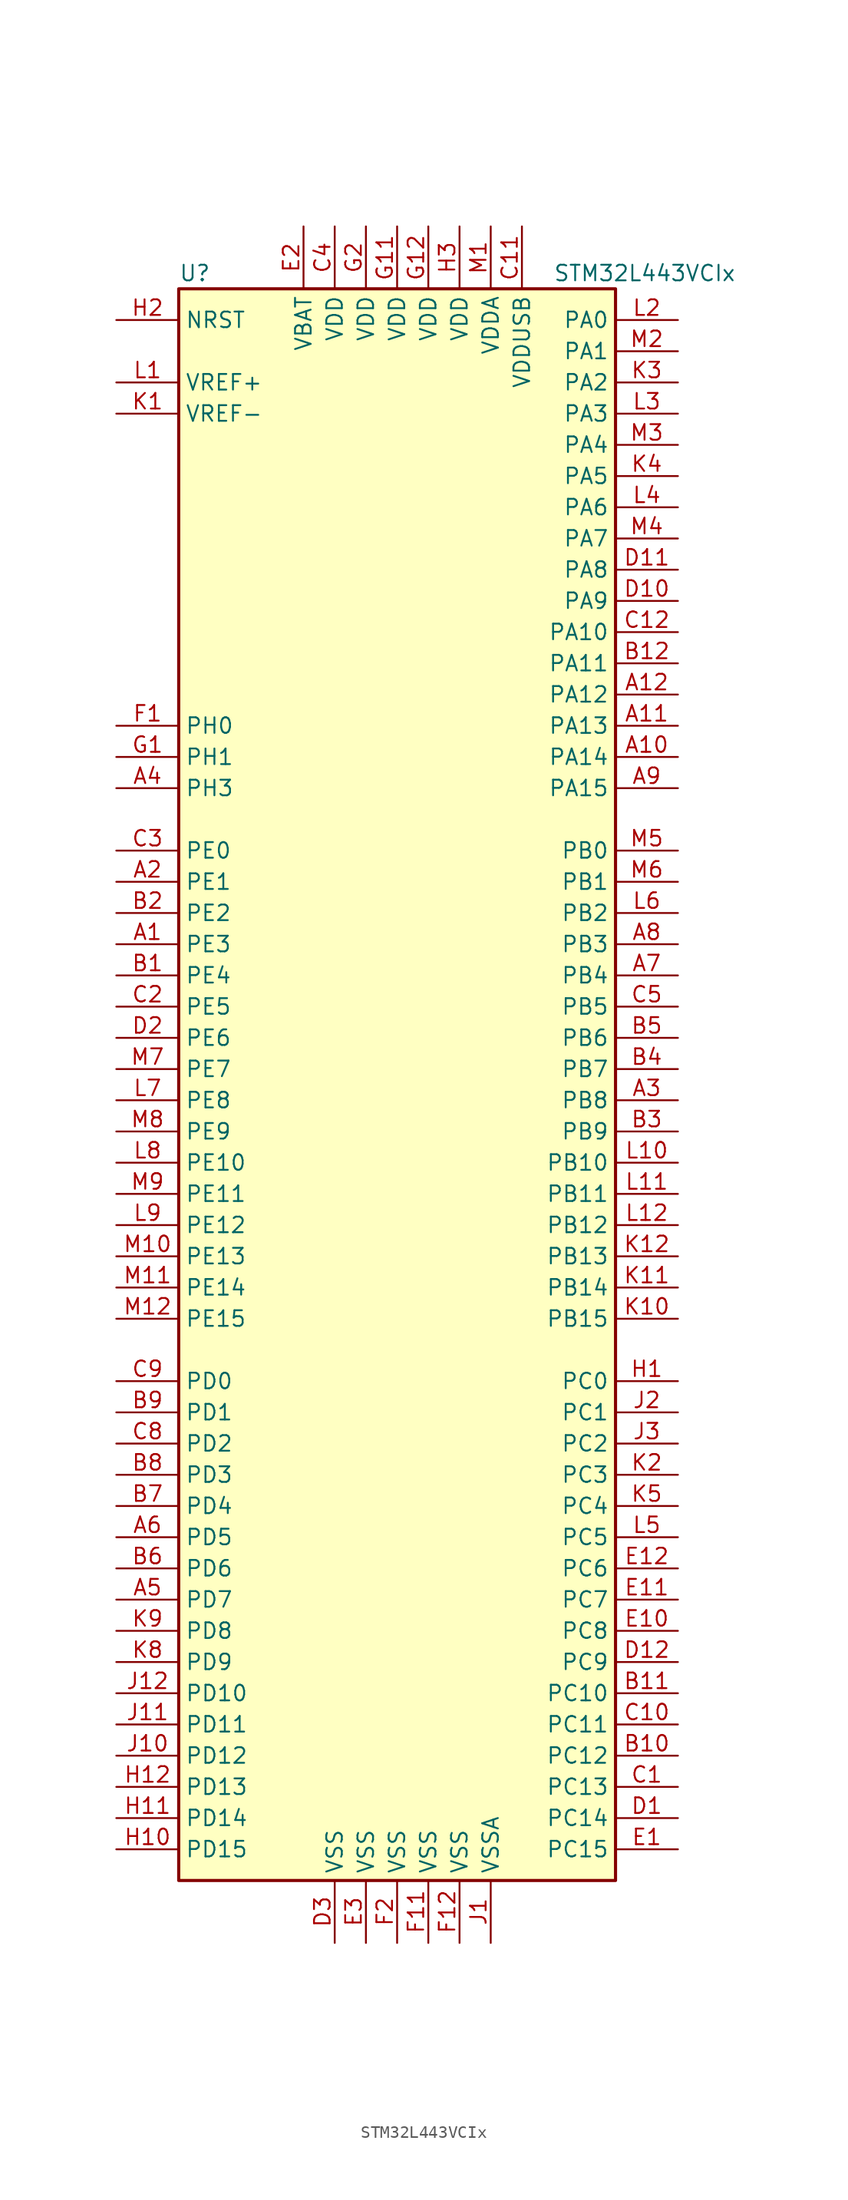
<source format=kicad_sym>
(kicad_symbol_lib
  (version 20211014)
  (generator kicad_symbol_editor)
  (symbol "STM32L443VCIx"
    (property "Reference" "U"
      (at -17.78 64.77 0)
      (effects (font (size 1.27 1.27)) (justify left)))
    (property "Value" "STM32L443VCIx"
      (at 12.7 64.77 0)
      (effects (font (size 1.27 1.27)) (justify left)))
    (symbol "STM32L443VCIx_0_1"
      (rectangle (start -17.78 -66.04) (end 17.78 63.5) (stroke (width 0.254) (type default) (color 0 0 0 0)) (fill (type background))))
    (symbol "STM32L443VCIx_1_1"
      (pin bidirectional line (at -22.86 10.16 0) (length 5.08) (name "PE3" (effects (font (size 1.27 1.27)))) (number "A1" (effects (font (size 1.27 1.27)))))
      (pin bidirectional line (at 22.86 25.4 180) (length 5.08) (name "PA14" (effects (font (size 1.27 1.27)))) (number "A10" (effects (font (size 1.27 1.27)))))
      (pin bidirectional line (at 22.86 27.94 180) (length 5.08) (name "PA13" (effects (font (size 1.27 1.27)))) (number "A11" (effects (font (size 1.27 1.27)))))
      (pin bidirectional line (at 22.86 30.48 180) (length 5.08) (name "PA12" (effects (font (size 1.27 1.27)))) (number "A12" (effects (font (size 1.27 1.27)))))
      (pin bidirectional line (at -22.86 15.24 0) (length 5.08) (name "PE1" (effects (font (size 1.27 1.27)))) (number "A2" (effects (font (size 1.27 1.27)))))
      (pin bidirectional line (at 22.86 -2.54 180) (length 5.08) (name "PB8" (effects (font (size 1.27 1.27)))) (number "A3" (effects (font (size 1.27 1.27)))))
      (pin bidirectional line (at -22.86 22.86 0) (length 5.08) (name "PH3" (effects (font (size 1.27 1.27)))) (number "A4" (effects (font (size 1.27 1.27)))))
      (pin bidirectional line (at -22.86 -43.18 0) (length 5.08) (name "PD7" (effects (font (size 1.27 1.27)))) (number "A5" (effects (font (size 1.27 1.27)))))
      (pin bidirectional line (at -22.86 -38.1 0) (length 5.08) (name "PD5" (effects (font (size 1.27 1.27)))) (number "A6" (effects (font (size 1.27 1.27)))))
      (pin bidirectional line (at 22.86 7.62 180) (length 5.08) (name "PB4" (effects (font (size 1.27 1.27)))) (number "A7" (effects (font (size 1.27 1.27)))))
      (pin bidirectional line (at 22.86 10.16 180) (length 5.08) (name "PB3" (effects (font (size 1.27 1.27)))) (number "A8" (effects (font (size 1.27 1.27)))))
      (pin bidirectional line (at 22.86 22.86 180) (length 5.08) (name "PA15" (effects (font (size 1.27 1.27)))) (number "A9" (effects (font (size 1.27 1.27)))))
      (pin bidirectional line (at -22.86 7.62 0) (length 5.08) (name "PE4" (effects (font (size 1.27 1.27)))) (number "B1" (effects (font (size 1.27 1.27)))))
      (pin bidirectional line (at 22.86 -55.88 180) (length 5.08) (name "PC12" (effects (font (size 1.27 1.27)))) (number "B10" (effects (font (size 1.27 1.27)))))
      (pin bidirectional line (at 22.86 -50.8 180) (length 5.08) (name "PC10" (effects (font (size 1.27 1.27)))) (number "B11" (effects (font (size 1.27 1.27)))))
      (pin bidirectional line (at 22.86 33.02 180) (length 5.08) (name "PA11" (effects (font (size 1.27 1.27)))) (number "B12" (effects (font (size 1.27 1.27)))))
      (pin bidirectional line (at -22.86 12.7 0) (length 5.08) (name "PE2" (effects (font (size 1.27 1.27)))) (number "B2" (effects (font (size 1.27 1.27)))))
      (pin bidirectional line (at 22.86 -5.08 180) (length 5.08) (name "PB9" (effects (font (size 1.27 1.27)))) (number "B3" (effects (font (size 1.27 1.27)))))
      (pin bidirectional line (at 22.86 0 180) (length 5.08) (name "PB7" (effects (font (size 1.27 1.27)))) (number "B4" (effects (font (size 1.27 1.27)))))
      (pin bidirectional line (at 22.86 2.54 180) (length 5.08) (name "PB6" (effects (font (size 1.27 1.27)))) (number "B5" (effects (font (size 1.27 1.27)))))
      (pin bidirectional line (at -22.86 -40.64 0) (length 5.08) (name "PD6" (effects (font (size 1.27 1.27)))) (number "B6" (effects (font (size 1.27 1.27)))))
      (pin bidirectional line (at -22.86 -35.56 0) (length 5.08) (name "PD4" (effects (font (size 1.27 1.27)))) (number "B7" (effects (font (size 1.27 1.27)))))
      (pin bidirectional line (at -22.86 -33.02 0) (length 5.08) (name "PD3" (effects (font (size 1.27 1.27)))) (number "B8" (effects (font (size 1.27 1.27)))))
      (pin bidirectional line (at -22.86 -27.94 0) (length 5.08) (name "PD1" (effects (font (size 1.27 1.27)))) (number "B9" (effects (font (size 1.27 1.27)))))
      (pin bidirectional line (at 22.86 -58.42 180) (length 5.08) (name "PC13" (effects (font (size 1.27 1.27)))) (number "C1" (effects (font (size 1.27 1.27)))))
      (pin bidirectional line (at 22.86 -53.34 180) (length 5.08) (name "PC11" (effects (font (size 1.27 1.27)))) (number "C10" (effects (font (size 1.27 1.27)))))
      (pin power_in line (at 10.16 68.58 270) (length 5.08) (name "VDDUSB" (effects (font (size 1.27 1.27)))) (number "C11" (effects (font (size 1.27 1.27)))))
      (pin bidirectional line (at 22.86 35.56 180) (length 5.08) (name "PA10" (effects (font (size 1.27 1.27)))) (number "C12" (effects (font (size 1.27 1.27)))))
      (pin bidirectional line (at -22.86 5.08 0) (length 5.08) (name "PE5" (effects (font (size 1.27 1.27)))) (number "C2" (effects (font (size 1.27 1.27)))))
      (pin bidirectional line (at -22.86 17.78 0) (length 5.08) (name "PE0" (effects (font (size 1.27 1.27)))) (number "C3" (effects (font (size 1.27 1.27)))))
      (pin power_in line (at -5.08 68.58 270) (length 5.08) (name "VDD" (effects (font (size 1.27 1.27)))) (number "C4" (effects (font (size 1.27 1.27)))))
      (pin bidirectional line (at 22.86 5.08 180) (length 5.08) (name "PB5" (effects (font (size 1.27 1.27)))) (number "C5" (effects (font (size 1.27 1.27)))))
      (pin bidirectional line (at -22.86 -30.48 0) (length 5.08) (name "PD2" (effects (font (size 1.27 1.27)))) (number "C8" (effects (font (size 1.27 1.27)))))
      (pin bidirectional line (at -22.86 -25.4 0) (length 5.08) (name "PD0" (effects (font (size 1.27 1.27)))) (number "C9" (effects (font (size 1.27 1.27)))))
      (pin bidirectional line (at 22.86 -60.96 180) (length 5.08) (name "PC14" (effects (font (size 1.27 1.27)))) (number "D1" (effects (font (size 1.27 1.27)))))
      (pin bidirectional line (at 22.86 38.1 180) (length 5.08) (name "PA9" (effects (font (size 1.27 1.27)))) (number "D10" (effects (font (size 1.27 1.27)))))
      (pin bidirectional line (at 22.86 40.64 180) (length 5.08) (name "PA8" (effects (font (size 1.27 1.27)))) (number "D11" (effects (font (size 1.27 1.27)))))
      (pin bidirectional line (at 22.86 -48.26 180) (length 5.08) (name "PC9" (effects (font (size 1.27 1.27)))) (number "D12" (effects (font (size 1.27 1.27)))))
      (pin bidirectional line (at -22.86 2.54 0) (length 5.08) (name "PE6" (effects (font (size 1.27 1.27)))) (number "D2" (effects (font (size 1.27 1.27)))))
      (pin power_in line (at -5.08 -71.12 90) (length 5.08) (name "VSS" (effects (font (size 1.27 1.27)))) (number "D3" (effects (font (size 1.27 1.27)))))
      (pin bidirectional line (at 22.86 -63.5 180) (length 5.08) (name "PC15" (effects (font (size 1.27 1.27)))) (number "E1" (effects (font (size 1.27 1.27)))))
      (pin bidirectional line (at 22.86 -45.72 180) (length 5.08) (name "PC8" (effects (font (size 1.27 1.27)))) (number "E10" (effects (font (size 1.27 1.27)))))
      (pin bidirectional line (at 22.86 -43.18 180) (length 5.08) (name "PC7" (effects (font (size 1.27 1.27)))) (number "E11" (effects (font (size 1.27 1.27)))))
      (pin bidirectional line (at 22.86 -40.64 180) (length 5.08) (name "PC6" (effects (font (size 1.27 1.27)))) (number "E12" (effects (font (size 1.27 1.27)))))
      (pin power_in line (at -7.62 68.58 270) (length 5.08) (name "VBAT" (effects (font (size 1.27 1.27)))) (number "E2" (effects (font (size 1.27 1.27)))))
      (pin power_in line (at -2.54 -71.12 90) (length 5.08) (name "VSS" (effects (font (size 1.27 1.27)))) (number "E3" (effects (font (size 1.27 1.27)))))
      (pin input line (at -22.86 27.94 0) (length 5.08) (name "PH0" (effects (font (size 1.27 1.27)))) (number "F1" (effects (font (size 1.27 1.27)))))
      (pin power_in line (at 2.54 -71.12 90) (length 5.08) (name "VSS" (effects (font (size 1.27 1.27)))) (number "F11" (effects (font (size 1.27 1.27)))))
      (pin power_in line (at 5.08 -71.12 90) (length 5.08) (name "VSS" (effects (font (size 1.27 1.27)))) (number "F12" (effects (font (size 1.27 1.27)))))
      (pin power_in line (at 0 -71.12 90) (length 5.08) (name "VSS" (effects (font (size 1.27 1.27)))) (number "F2" (effects (font (size 1.27 1.27)))))
      (pin input line (at -22.86 25.4 0) (length 5.08) (name "PH1" (effects (font (size 1.27 1.27)))) (number "G1" (effects (font (size 1.27 1.27)))))
      (pin power_in line (at 0 68.58 270) (length 5.08) (name "VDD" (effects (font (size 1.27 1.27)))) (number "G11" (effects (font (size 1.27 1.27)))))
      (pin power_in line (at 2.54 68.58 270) (length 5.08) (name "VDD" (effects (font (size 1.27 1.27)))) (number "G12" (effects (font (size 1.27 1.27)))))
      (pin power_in line (at -2.54 68.58 270) (length 5.08) (name "VDD" (effects (font (size 1.27 1.27)))) (number "G2" (effects (font (size 1.27 1.27)))))
      (pin bidirectional line (at 22.86 -25.4 180) (length 5.08) (name "PC0" (effects (font (size 1.27 1.27)))) (number "H1" (effects (font (size 1.27 1.27)))))
      (pin bidirectional line (at -22.86 -63.5 0) (length 5.08) (name "PD15" (effects (font (size 1.27 1.27)))) (number "H10" (effects (font (size 1.27 1.27)))))
      (pin bidirectional line (at -22.86 -60.96 0) (length 5.08) (name "PD14" (effects (font (size 1.27 1.27)))) (number "H11" (effects (font (size 1.27 1.27)))))
      (pin bidirectional line (at -22.86 -58.42 0) (length 5.08) (name "PD13" (effects (font (size 1.27 1.27)))) (number "H12" (effects (font (size 1.27 1.27)))))
      (pin input line (at -22.86 60.96 0) (length 5.08) (name "NRST" (effects (font (size 1.27 1.27)))) (number "H2" (effects (font (size 1.27 1.27)))))
      (pin power_in line (at 5.08 68.58 270) (length 5.08) (name "VDD" (effects (font (size 1.27 1.27)))) (number "H3" (effects (font (size 1.27 1.27)))))
      (pin power_in line (at 7.62 -71.12 90) (length 5.08) (name "VSSA" (effects (font (size 1.27 1.27)))) (number "J1" (effects (font (size 1.27 1.27)))))
      (pin bidirectional line (at -22.86 -55.88 0) (length 5.08) (name "PD12" (effects (font (size 1.27 1.27)))) (number "J10" (effects (font (size 1.27 1.27)))))
      (pin bidirectional line (at -22.86 -53.34 0) (length 5.08) (name "PD11" (effects (font (size 1.27 1.27)))) (number "J11" (effects (font (size 1.27 1.27)))))
      (pin bidirectional line (at -22.86 -50.8 0) (length 5.08) (name "PD10" (effects (font (size 1.27 1.27)))) (number "J12" (effects (font (size 1.27 1.27)))))
      (pin bidirectional line (at 22.86 -27.94 180) (length 5.08) (name "PC1" (effects (font (size 1.27 1.27)))) (number "J2" (effects (font (size 1.27 1.27)))))
      (pin bidirectional line (at 22.86 -30.48 180) (length 5.08) (name "PC2" (effects (font (size 1.27 1.27)))) (number "J3" (effects (font (size 1.27 1.27)))))
      (pin power_in line (at -22.86 53.34 0) (length 5.08) (name "VREF-" (effects (font (size 1.27 1.27)))) (number "K1" (effects (font (size 1.27 1.27)))))
      (pin bidirectional line (at 22.86 -20.32 180) (length 5.08) (name "PB15" (effects (font (size 1.27 1.27)))) (number "K10" (effects (font (size 1.27 1.27)))))
      (pin bidirectional line (at 22.86 -17.78 180) (length 5.08) (name "PB14" (effects (font (size 1.27 1.27)))) (number "K11" (effects (font (size 1.27 1.27)))))
      (pin bidirectional line (at 22.86 -15.24 180) (length 5.08) (name "PB13" (effects (font (size 1.27 1.27)))) (number "K12" (effects (font (size 1.27 1.27)))))
      (pin bidirectional line (at 22.86 -33.02 180) (length 5.08) (name "PC3" (effects (font (size 1.27 1.27)))) (number "K2" (effects (font (size 1.27 1.27)))))
      (pin bidirectional line (at 22.86 55.88 180) (length 5.08) (name "PA2" (effects (font (size 1.27 1.27)))) (number "K3" (effects (font (size 1.27 1.27)))))
      (pin bidirectional line (at 22.86 48.26 180) (length 5.08) (name "PA5" (effects (font (size 1.27 1.27)))) (number "K4" (effects (font (size 1.27 1.27)))))
      (pin bidirectional line (at 22.86 -35.56 180) (length 5.08) (name "PC4" (effects (font (size 1.27 1.27)))) (number "K5" (effects (font (size 1.27 1.27)))))
      (pin bidirectional line (at -22.86 -48.26 0) (length 5.08) (name "PD9" (effects (font (size 1.27 1.27)))) (number "K8" (effects (font (size 1.27 1.27)))))
      (pin bidirectional line (at -22.86 -45.72 0) (length 5.08) (name "PD8" (effects (font (size 1.27 1.27)))) (number "K9" (effects (font (size 1.27 1.27)))))
      (pin bidirectional line (at -22.86 55.88 0) (length 5.08) (name "VREF+" (effects (font (size 1.27 1.27)))) (number "L1" (effects (font (size 1.27 1.27)))))
      (pin bidirectional line (at 22.86 -7.62 180) (length 5.08) (name "PB10" (effects (font (size 1.27 1.27)))) (number "L10" (effects (font (size 1.27 1.27)))))
      (pin bidirectional line (at 22.86 -10.16 180) (length 5.08) (name "PB11" (effects (font (size 1.27 1.27)))) (number "L11" (effects (font (size 1.27 1.27)))))
      (pin bidirectional line (at 22.86 -12.7 180) (length 5.08) (name "PB12" (effects (font (size 1.27 1.27)))) (number "L12" (effects (font (size 1.27 1.27)))))
      (pin bidirectional line (at 22.86 60.96 180) (length 5.08) (name "PA0" (effects (font (size 1.27 1.27)))) (number "L2" (effects (font (size 1.27 1.27)))))
      (pin bidirectional line (at 22.86 53.34 180) (length 5.08) (name "PA3" (effects (font (size 1.27 1.27)))) (number "L3" (effects (font (size 1.27 1.27)))))
      (pin bidirectional line (at 22.86 45.72 180) (length 5.08) (name "PA6" (effects (font (size 1.27 1.27)))) (number "L4" (effects (font (size 1.27 1.27)))))
      (pin bidirectional line (at 22.86 -38.1 180) (length 5.08) (name "PC5" (effects (font (size 1.27 1.27)))) (number "L5" (effects (font (size 1.27 1.27)))))
      (pin bidirectional line (at 22.86 12.7 180) (length 5.08) (name "PB2" (effects (font (size 1.27 1.27)))) (number "L6" (effects (font (size 1.27 1.27)))))
      (pin bidirectional line (at -22.86 -2.54 0) (length 5.08) (name "PE8" (effects (font (size 1.27 1.27)))) (number "L7" (effects (font (size 1.27 1.27)))))
      (pin bidirectional line (at -22.86 -7.62 0) (length 5.08) (name "PE10" (effects (font (size 1.27 1.27)))) (number "L8" (effects (font (size 1.27 1.27)))))
      (pin bidirectional line (at -22.86 -12.7 0) (length 5.08) (name "PE12" (effects (font (size 1.27 1.27)))) (number "L9" (effects (font (size 1.27 1.27)))))
      (pin power_in line (at 7.62 68.58 270) (length 5.08) (name "VDDA" (effects (font (size 1.27 1.27)))) (number "M1" (effects (font (size 1.27 1.27)))))
      (pin bidirectional line (at -22.86 -15.24 0) (length 5.08) (name "PE13" (effects (font (size 1.27 1.27)))) (number "M10" (effects (font (size 1.27 1.27)))))
      (pin bidirectional line (at -22.86 -17.78 0) (length 5.08) (name "PE14" (effects (font (size 1.27 1.27)))) (number "M11" (effects (font (size 1.27 1.27)))))
      (pin bidirectional line (at -22.86 -20.32 0) (length 5.08) (name "PE15" (effects (font (size 1.27 1.27)))) (number "M12" (effects (font (size 1.27 1.27)))))
      (pin bidirectional line (at 22.86 58.42 180) (length 5.08) (name "PA1" (effects (font (size 1.27 1.27)))) (number "M2" (effects (font (size 1.27 1.27)))))
      (pin bidirectional line (at 22.86 50.8 180) (length 5.08) (name "PA4" (effects (font (size 1.27 1.27)))) (number "M3" (effects (font (size 1.27 1.27)))))
      (pin bidirectional line (at 22.86 43.18 180) (length 5.08) (name "PA7" (effects (font (size 1.27 1.27)))) (number "M4" (effects (font (size 1.27 1.27)))))
      (pin bidirectional line (at 22.86 17.78 180) (length 5.08) (name "PB0" (effects (font (size 1.27 1.27)))) (number "M5" (effects (font (size 1.27 1.27)))))
      (pin bidirectional line (at 22.86 15.24 180) (length 5.08) (name "PB1" (effects (font (size 1.27 1.27)))) (number "M6" (effects (font (size 1.27 1.27)))))
      (pin bidirectional line (at -22.86 0 0) (length 5.08) (name "PE7" (effects (font (size 1.27 1.27)))) (number "M7" (effects (font (size 1.27 1.27)))))
      (pin bidirectional line (at -22.86 -5.08 0) (length 5.08) (name "PE9" (effects (font (size 1.27 1.27)))) (number "M8" (effects (font (size 1.27 1.27)))))
      (pin bidirectional line (at -22.86 -10.16 0) (length 5.08) (name "PE11" (effects (font (size 1.27 1.27)))) (number "M9" (effects (font (size 1.27 1.27))))))))
</source>
